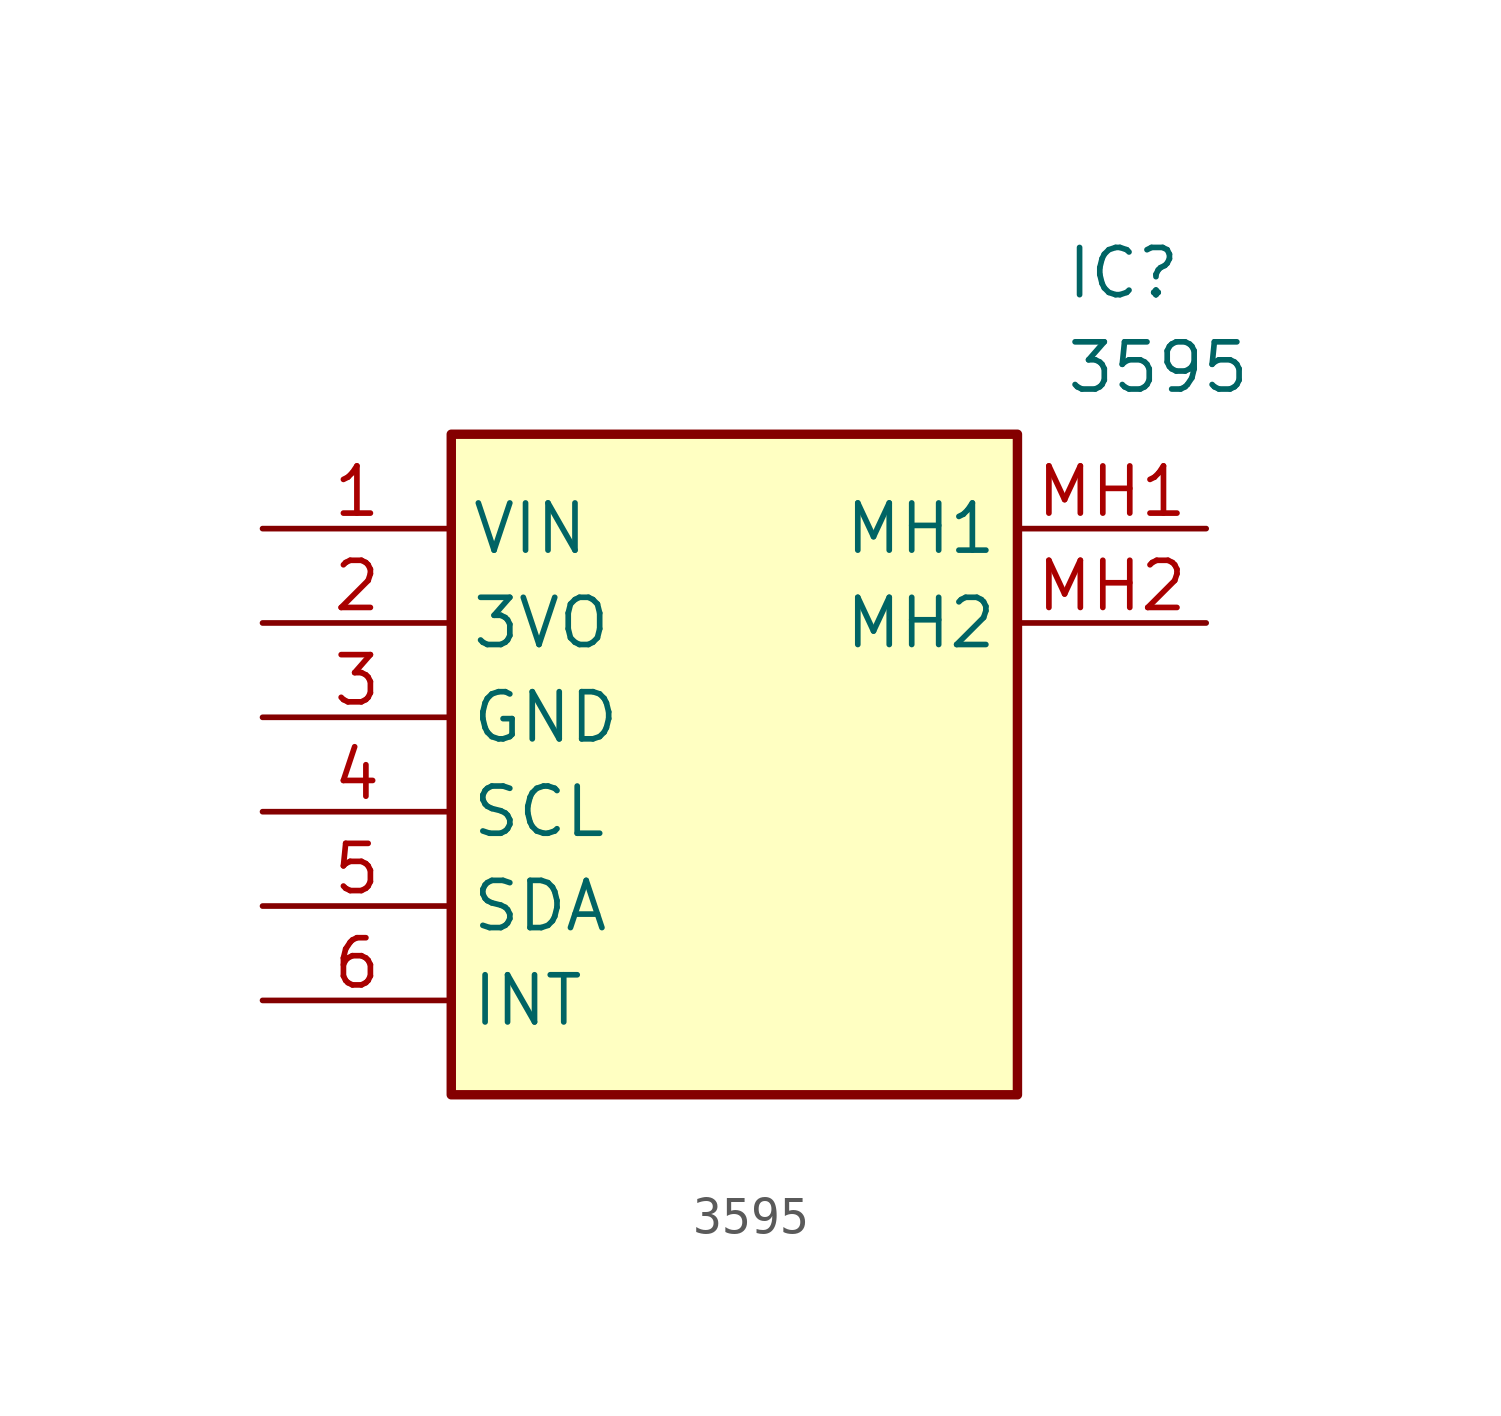
<source format=kicad_sym>
(kicad_symbol_lib
  (version 20211014)
  (generator SamacSys_ECAD_Model)
  (symbol "3595"
    (property "Reference" "IC"
      (at 21.59 7.62 0)
      (effects (font (size 1.27 1.27)) (justify left top)))
    (property "Value" "3595"
      (at 21.59 5.08 0)
      (effects (font (size 1.27 1.27)) (justify left top)))
    (rectangle
      (start 5.08 2.54)
      (end 20.32 -15.24)
      (stroke (width 0.254) (type default))
      (fill (type background)))
    (pin passive line
      (at 0 0 0)
      (length 5.08)
      (name "VIN" (effects (font (size 1.27 1.27))))
      (number "1" (effects (font (size 1.27 1.27)))))
    (pin passive line
      (at 0 -2.54 0)
      (length 5.08)
      (name "3VO" (effects (font (size 1.27 1.27))))
      (number "2" (effects (font (size 1.27 1.27)))))
    (pin passive line
      (at 0 -5.08 0)
      (length 5.08)
      (name "GND" (effects (font (size 1.27 1.27))))
      (number "3" (effects (font (size 1.27 1.27)))))
    (pin passive line
      (at 0 -7.62 0)
      (length 5.08)
      (name "SCL" (effects (font (size 1.27 1.27))))
      (number "4" (effects (font (size 1.27 1.27)))))
    (pin passive line
      (at 0 -10.16 0)
      (length 5.08)
      (name "SDA" (effects (font (size 1.27 1.27))))
      (number "5" (effects (font (size 1.27 1.27)))))
    (pin passive line
      (at 0 -12.7 0)
      (length 5.08)
      (name "INT" (effects (font (size 1.27 1.27))))
      (number "6" (effects (font (size 1.27 1.27)))))
    (pin passive line
      (at 25.4 0 180)
      (length 5.08)
      (name "MH1" (effects (font (size 1.27 1.27))))
      (number "MH1" (effects (font (size 1.27 1.27)))))
    (pin passive line
      (at 25.4 -2.54 180)
      (length 5.08)
      (name "MH2" (effects (font (size 1.27 1.27))))
      (number "MH2" (effects (font (size 1.27 1.27)))))))
</source>
